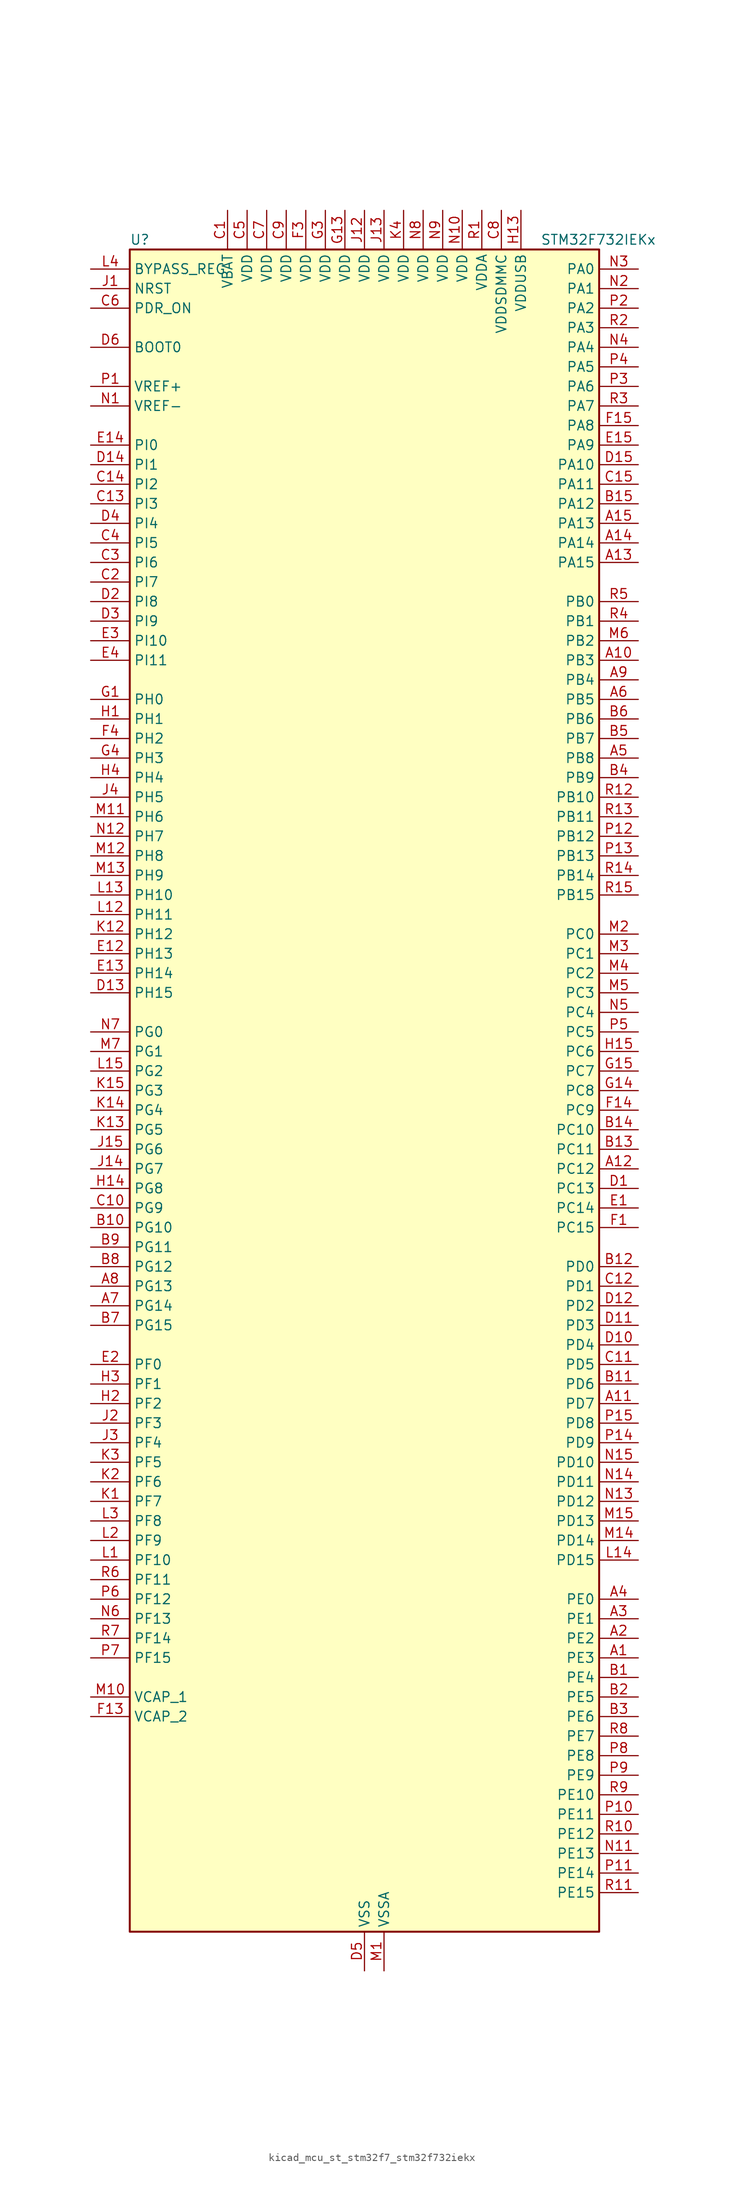
<source format=kicad_sym>
(kicad_symbol_lib
  (version 20220914)
  (generator kicad_symbol_editor)
  (symbol "kicad_mcu_st_stm32f7_stm32f732iekx"
    (property "Reference" "U"
      (at -30.48 110.49 0)
      (effects (font (size 1.27 1.27)) (justify left)))
    (property "Value" "STM32F732IEKx"
      (at 22.86 110.49 0)
      (effects (font (size 1.27 1.27)) (justify left)))
    (property "ki_locked" ""
      (at 0 0 0)
      (effects (font (size 1.27 1.27))))
    (symbol "kicad_mcu_st_stm32f7_stm32f732iekx_0_1"
      (rectangle (start -30.48 -109.22) (end 30.48 109.22) (stroke (width 0.254) (type default)) (fill (type background))))
    (symbol "kicad_mcu_st_stm32f7_stm32f732iekx_1_1"
      (pin bidirectional line (at 35.56 -73.66 180) (length 5.08) (name "PE3" (effects (font (size 1.27 1.27)))) (number "A1" (effects (font (size 1.27 1.27)))) (alternate "FMC_A19" bidirectional line) (alternate "SAI1_SD_B" bidirectional line) (alternate "SYS_TRACED0" bidirectional line))
      (pin bidirectional line (at 35.56 55.88 180) (length 5.08) (name "PB3" (effects (font (size 1.27 1.27)))) (number "A10" (effects (font (size 1.27 1.27)))) (alternate "I2S1_CK" bidirectional line) (alternate "I2S3_CK" bidirectional line) (alternate "SDMMC2_D2" bidirectional line) (alternate "SPI1_SCK" bidirectional line) (alternate "SPI3_SCK" bidirectional line) (alternate "SYS_JTDO-SWO" bidirectional line) (alternate "TIM2_CH2" bidirectional line))
      (pin bidirectional line (at 35.56 -40.64 180) (length 5.08) (name "PD7" (effects (font (size 1.27 1.27)))) (number "A11" (effects (font (size 1.27 1.27)))) (alternate "FMC_NE1" bidirectional line) (alternate "SDMMC2_CMD" bidirectional line) (alternate "USART2_CK" bidirectional line))
      (pin bidirectional line (at 35.56 -10.16 180) (length 5.08) (name "PC12" (effects (font (size 1.27 1.27)))) (number "A12" (effects (font (size 1.27 1.27)))) (alternate "I2S3_SD" bidirectional line) (alternate "SDMMC1_CK" bidirectional line) (alternate "SPI3_MOSI" bidirectional line) (alternate "SYS_TRACED3" bidirectional line) (alternate "UART5_TX" bidirectional line) (alternate "USART3_CK" bidirectional line))
      (pin bidirectional line (at 35.56 68.58 180) (length 5.08) (name "PA15" (effects (font (size 1.27 1.27)))) (number "A13" (effects (font (size 1.27 1.27)))) (alternate "I2S1_WS" bidirectional line) (alternate "I2S3_WS" bidirectional line) (alternate "SPI1_NSS" bidirectional line) (alternate "SPI3_NSS" bidirectional line) (alternate "SYS_JTDI" bidirectional line) (alternate "TIM2_CH1" bidirectional line) (alternate "TIM2_ETR" bidirectional line) (alternate "UART4_DE" bidirectional line) (alternate "UART4_RTS" bidirectional line))
      (pin bidirectional line (at 35.56 71.12 180) (length 5.08) (name "PA14" (effects (font (size 1.27 1.27)))) (number "A14" (effects (font (size 1.27 1.27)))) (alternate "SYS_JTCK-SWCLK" bidirectional line))
      (pin bidirectional line (at 35.56 73.66 180) (length 5.08) (name "PA13" (effects (font (size 1.27 1.27)))) (number "A15" (effects (font (size 1.27 1.27)))) (alternate "SYS_JTMS-SWDIO" bidirectional line))
      (pin bidirectional line (at 35.56 -71.12 180) (length 5.08) (name "PE2" (effects (font (size 1.27 1.27)))) (number "A2" (effects (font (size 1.27 1.27)))) (alternate "FMC_A23" bidirectional line) (alternate "QUADSPI_BK1_IO2" bidirectional line) (alternate "SAI1_MCLK_A" bidirectional line) (alternate "SPI4_SCK" bidirectional line) (alternate "SYS_TRACECLK" bidirectional line))
      (pin bidirectional line (at 35.56 -68.58 180) (length 5.08) (name "PE1" (effects (font (size 1.27 1.27)))) (number "A3" (effects (font (size 1.27 1.27)))) (alternate "FMC_NBL1" bidirectional line) (alternate "LPTIM1_IN2" bidirectional line) (alternate "UART8_TX" bidirectional line))
      (pin bidirectional line (at 35.56 -66.04 180) (length 5.08) (name "PE0" (effects (font (size 1.27 1.27)))) (number "A4" (effects (font (size 1.27 1.27)))) (alternate "FMC_NBL0" bidirectional line) (alternate "LPTIM1_ETR" bidirectional line) (alternate "SAI2_MCLK_A" bidirectional line) (alternate "TIM4_ETR" bidirectional line) (alternate "UART8_RX" bidirectional line))
      (pin bidirectional line (at 35.56 43.18 180) (length 5.08) (name "PB8" (effects (font (size 1.27 1.27)))) (number "A5" (effects (font (size 1.27 1.27)))) (alternate "CAN1_RX" bidirectional line) (alternate "I2C1_SCL" bidirectional line) (alternate "SDMMC1_D4" bidirectional line) (alternate "SDMMC2_D4" bidirectional line) (alternate "TIM10_CH1" bidirectional line) (alternate "TIM4_CH3" bidirectional line))
      (pin bidirectional line (at 35.56 50.8 180) (length 5.08) (name "PB5" (effects (font (size 1.27 1.27)))) (number "A6" (effects (font (size 1.27 1.27)))) (alternate "FMC_SDCKE1" bidirectional line) (alternate "I2C1_SMBA" bidirectional line) (alternate "I2S1_SD" bidirectional line) (alternate "I2S3_SD" bidirectional line) (alternate "SPI1_MOSI" bidirectional line) (alternate "SPI3_MOSI" bidirectional line) (alternate "TIM3_CH2" bidirectional line) (alternate "USB_OTG_HS_ULPI_D7" bidirectional line))
      (pin bidirectional line (at -35.56 -27.94 0) (length 5.08) (name "PG14" (effects (font (size 1.27 1.27)))) (number "A7" (effects (font (size 1.27 1.27)))) (alternate "FMC_A25" bidirectional line) (alternate "LPTIM1_ETR" bidirectional line) (alternate "QUADSPI_BK2_IO3" bidirectional line) (alternate "SYS_TRACED1" bidirectional line) (alternate "USART6_TX" bidirectional line))
      (pin bidirectional line (at -35.56 -25.4 0) (length 5.08) (name "PG13" (effects (font (size 1.27 1.27)))) (number "A8" (effects (font (size 1.27 1.27)))) (alternate "FMC_A24" bidirectional line) (alternate "LPTIM1_OUT" bidirectional line) (alternate "SYS_TRACED0" bidirectional line) (alternate "USART6_CTS" bidirectional line))
      (pin bidirectional line (at 35.56 53.34 180) (length 5.08) (name "PB4" (effects (font (size 1.27 1.27)))) (number "A9" (effects (font (size 1.27 1.27)))) (alternate "I2S2_WS" bidirectional line) (alternate "SDMMC2_D3" bidirectional line) (alternate "SPI1_MISO" bidirectional line) (alternate "SPI2_NSS" bidirectional line) (alternate "SPI3_MISO" bidirectional line) (alternate "SYS_JTRST" bidirectional line) (alternate "TIM3_CH1" bidirectional line))
      (pin bidirectional line (at 35.56 -76.2 180) (length 5.08) (name "PE4" (effects (font (size 1.27 1.27)))) (number "B1" (effects (font (size 1.27 1.27)))) (alternate "FMC_A20" bidirectional line) (alternate "SAI1_FS_A" bidirectional line) (alternate "SPI4_NSS" bidirectional line) (alternate "SYS_TRACED1" bidirectional line))
      (pin bidirectional line (at -35.56 -17.78 0) (length 5.08) (name "PG10" (effects (font (size 1.27 1.27)))) (number "B10" (effects (font (size 1.27 1.27)))) (alternate "FMC_NE3" bidirectional line) (alternate "SAI2_SD_B" bidirectional line) (alternate "SDMMC2_D1" bidirectional line))
      (pin bidirectional line (at 35.56 -38.1 180) (length 5.08) (name "PD6" (effects (font (size 1.27 1.27)))) (number "B11" (effects (font (size 1.27 1.27)))) (alternate "FMC_NWAIT" bidirectional line) (alternate "I2S3_SD" bidirectional line) (alternate "SAI1_SD_A" bidirectional line) (alternate "SDMMC2_CK" bidirectional line) (alternate "SPI3_MOSI" bidirectional line) (alternate "USART2_RX" bidirectional line))
      (pin bidirectional line (at 35.56 -22.86 180) (length 5.08) (name "PD0" (effects (font (size 1.27 1.27)))) (number "B12" (effects (font (size 1.27 1.27)))) (alternate "CAN1_RX" bidirectional line) (alternate "FMC_D2" bidirectional line) (alternate "FMC_DA2" bidirectional line))
      (pin bidirectional line (at 35.56 -7.62 180) (length 5.08) (name "PC11" (effects (font (size 1.27 1.27)))) (number "B13" (effects (font (size 1.27 1.27)))) (alternate "ADC1_EXTI11" bidirectional line) (alternate "ADC2_EXTI11" bidirectional line) (alternate "ADC3_EXTI11" bidirectional line) (alternate "QUADSPI_BK2_NCS" bidirectional line) (alternate "SDMMC1_D3" bidirectional line) (alternate "SPI3_MISO" bidirectional line) (alternate "UART4_RX" bidirectional line) (alternate "USART3_RX" bidirectional line))
      (pin bidirectional line (at 35.56 -5.08 180) (length 5.08) (name "PC10" (effects (font (size 1.27 1.27)))) (number "B14" (effects (font (size 1.27 1.27)))) (alternate "I2S3_CK" bidirectional line) (alternate "QUADSPI_BK1_IO1" bidirectional line) (alternate "SDMMC1_D2" bidirectional line) (alternate "SPI3_SCK" bidirectional line) (alternate "UART4_TX" bidirectional line) (alternate "USART3_TX" bidirectional line))
      (pin bidirectional line (at 35.56 76.2 180) (length 5.08) (name "PA12" (effects (font (size 1.27 1.27)))) (number "B15" (effects (font (size 1.27 1.27)))) (alternate "CAN1_TX" bidirectional line) (alternate "SAI2_FS_B" bidirectional line) (alternate "TIM1_ETR" bidirectional line) (alternate "USART1_DE" bidirectional line) (alternate "USART1_RTS" bidirectional line) (alternate "USB_OTG_FS_DP" bidirectional line))
      (pin bidirectional line (at 35.56 -78.74 180) (length 5.08) (name "PE5" (effects (font (size 1.27 1.27)))) (number "B2" (effects (font (size 1.27 1.27)))) (alternate "FMC_A21" bidirectional line) (alternate "SAI1_SCK_A" bidirectional line) (alternate "SPI4_MISO" bidirectional line) (alternate "SYS_TRACED2" bidirectional line) (alternate "TIM9_CH1" bidirectional line))
      (pin bidirectional line (at 35.56 -81.28 180) (length 5.08) (name "PE6" (effects (font (size 1.27 1.27)))) (number "B3" (effects (font (size 1.27 1.27)))) (alternate "FMC_A22" bidirectional line) (alternate "SAI1_SD_A" bidirectional line) (alternate "SAI2_MCLK_B" bidirectional line) (alternate "SPI4_MOSI" bidirectional line) (alternate "SYS_TRACED3" bidirectional line) (alternate "TIM1_BKIN2" bidirectional line) (alternate "TIM9_CH2" bidirectional line))
      (pin bidirectional line (at 35.56 40.64 180) (length 5.08) (name "PB9" (effects (font (size 1.27 1.27)))) (number "B4" (effects (font (size 1.27 1.27)))) (alternate "CAN1_TX" bidirectional line) (alternate "DAC_EXTI9" bidirectional line) (alternate "I2C1_SDA" bidirectional line) (alternate "I2S2_WS" bidirectional line) (alternate "SDMMC1_D5" bidirectional line) (alternate "SDMMC2_D5" bidirectional line) (alternate "SPI2_NSS" bidirectional line) (alternate "TIM11_CH1" bidirectional line) (alternate "TIM4_CH4" bidirectional line))
      (pin bidirectional line (at 35.56 45.72 180) (length 5.08) (name "PB7" (effects (font (size 1.27 1.27)))) (number "B5" (effects (font (size 1.27 1.27)))) (alternate "FMC_NL" bidirectional line) (alternate "I2C1_SDA" bidirectional line) (alternate "TIM4_CH2" bidirectional line) (alternate "USART1_RX" bidirectional line))
      (pin bidirectional line (at 35.56 48.26 180) (length 5.08) (name "PB6" (effects (font (size 1.27 1.27)))) (number "B6" (effects (font (size 1.27 1.27)))) (alternate "FMC_SDNE1" bidirectional line) (alternate "I2C1_SCL" bidirectional line) (alternate "QUADSPI_BK1_NCS" bidirectional line) (alternate "TIM4_CH1" bidirectional line) (alternate "USART1_TX" bidirectional line))
      (pin bidirectional line (at -35.56 -30.48 0) (length 5.08) (name "PG15" (effects (font (size 1.27 1.27)))) (number "B7" (effects (font (size 1.27 1.27)))) (alternate "FMC_SDNCAS" bidirectional line) (alternate "USART6_CTS" bidirectional line))
      (pin bidirectional line (at -35.56 -22.86 0) (length 5.08) (name "PG12" (effects (font (size 1.27 1.27)))) (number "B8" (effects (font (size 1.27 1.27)))) (alternate "FMC_NE4" bidirectional line) (alternate "LPTIM1_IN1" bidirectional line) (alternate "SDMMC2_D3" bidirectional line) (alternate "USART6_DE" bidirectional line) (alternate "USART6_RTS" bidirectional line))
      (pin bidirectional line (at -35.56 -20.32 0) (length 5.08) (name "PG11" (effects (font (size 1.27 1.27)))) (number "B9" (effects (font (size 1.27 1.27)))) (alternate "ADC1_EXTI11" bidirectional line) (alternate "ADC2_EXTI11" bidirectional line) (alternate "ADC3_EXTI11" bidirectional line) (alternate "FMC_INT" bidirectional line) (alternate "SDMMC2_D2" bidirectional line))
      (pin power_in line (at -17.78 114.3 270) (length 5.08) (name "VBAT" (effects (font (size 1.27 1.27)))) (number "C1" (effects (font (size 1.27 1.27)))))
      (pin bidirectional line (at -35.56 -15.24 0) (length 5.08) (name "PG9" (effects (font (size 1.27 1.27)))) (number "C10" (effects (font (size 1.27 1.27)))) (alternate "DAC_EXTI9" bidirectional line) (alternate "FMC_NCE" bidirectional line) (alternate "FMC_NE2" bidirectional line) (alternate "QUADSPI_BK2_IO2" bidirectional line) (alternate "SAI2_FS_B" bidirectional line) (alternate "SDMMC2_D0" bidirectional line) (alternate "USART6_RX" bidirectional line))
      (pin bidirectional line (at 35.56 -35.56 180) (length 5.08) (name "PD5" (effects (font (size 1.27 1.27)))) (number "C11" (effects (font (size 1.27 1.27)))) (alternate "FMC_NWE" bidirectional line) (alternate "USART2_TX" bidirectional line))
      (pin bidirectional line (at 35.56 -25.4 180) (length 5.08) (name "PD1" (effects (font (size 1.27 1.27)))) (number "C12" (effects (font (size 1.27 1.27)))) (alternate "CAN1_TX" bidirectional line) (alternate "FMC_D3" bidirectional line) (alternate "FMC_DA3" bidirectional line))
      (pin bidirectional line (at -35.56 76.2 0) (length 5.08) (name "PI3" (effects (font (size 1.27 1.27)))) (number "C13" (effects (font (size 1.27 1.27)))) (alternate "FMC_D27" bidirectional line) (alternate "I2S2_SD" bidirectional line) (alternate "SPI2_MOSI" bidirectional line) (alternate "TIM8_ETR" bidirectional line))
      (pin bidirectional line (at -35.56 78.74 0) (length 5.08) (name "PI2" (effects (font (size 1.27 1.27)))) (number "C14" (effects (font (size 1.27 1.27)))) (alternate "FMC_D26" bidirectional line) (alternate "SPI2_MISO" bidirectional line) (alternate "TIM8_CH4" bidirectional line))
      (pin bidirectional line (at 35.56 78.74 180) (length 5.08) (name "PA11" (effects (font (size 1.27 1.27)))) (number "C15" (effects (font (size 1.27 1.27)))) (alternate "ADC1_EXTI11" bidirectional line) (alternate "ADC2_EXTI11" bidirectional line) (alternate "ADC3_EXTI11" bidirectional line) (alternate "CAN1_RX" bidirectional line) (alternate "TIM1_CH4" bidirectional line) (alternate "USART1_CTS" bidirectional line) (alternate "USB_OTG_FS_DM" bidirectional line))
      (pin bidirectional line (at -35.56 66.04 0) (length 5.08) (name "PI7" (effects (font (size 1.27 1.27)))) (number "C2" (effects (font (size 1.27 1.27)))) (alternate "FMC_D29" bidirectional line) (alternate "SAI2_FS_A" bidirectional line) (alternate "TIM8_CH3" bidirectional line))
      (pin bidirectional line (at -35.56 68.58 0) (length 5.08) (name "PI6" (effects (font (size 1.27 1.27)))) (number "C3" (effects (font (size 1.27 1.27)))) (alternate "FMC_D28" bidirectional line) (alternate "SAI2_SD_A" bidirectional line) (alternate "TIM8_CH2" bidirectional line))
      (pin bidirectional line (at -35.56 71.12 0) (length 5.08) (name "PI5" (effects (font (size 1.27 1.27)))) (number "C4" (effects (font (size 1.27 1.27)))) (alternate "FMC_NBL3" bidirectional line) (alternate "SAI2_SCK_A" bidirectional line) (alternate "TIM8_CH1" bidirectional line))
      (pin power_in line (at -15.24 114.3 270) (length 5.08) (name "VDD" (effects (font (size 1.27 1.27)))) (number "C5" (effects (font (size 1.27 1.27)))))
      (pin input line (at -35.56 101.6 0) (length 5.08) (name "PDR_ON" (effects (font (size 1.27 1.27)))) (number "C6" (effects (font (size 1.27 1.27)))))
      (pin power_in line (at -12.7 114.3 270) (length 5.08) (name "VDD" (effects (font (size 1.27 1.27)))) (number "C7" (effects (font (size 1.27 1.27)))))
      (pin power_in line (at 17.78 114.3 270) (length 5.08) (name "VDDSDMMC" (effects (font (size 1.27 1.27)))) (number "C8" (effects (font (size 1.27 1.27)))))
      (pin power_in line (at -10.16 114.3 270) (length 5.08) (name "VDD" (effects (font (size 1.27 1.27)))) (number "C9" (effects (font (size 1.27 1.27)))))
      (pin bidirectional line (at 35.56 -12.7 180) (length 5.08) (name "PC13" (effects (font (size 1.27 1.27)))) (number "D1" (effects (font (size 1.27 1.27)))) (alternate "RTC_OUT" bidirectional line) (alternate "RTC_TAMP1" bidirectional line) (alternate "RTC_TS" bidirectional line) (alternate "SYS_WKUP4" bidirectional line))
      (pin bidirectional line (at 35.56 -33.02 180) (length 5.08) (name "PD4" (effects (font (size 1.27 1.27)))) (number "D10" (effects (font (size 1.27 1.27)))) (alternate "FMC_NOE" bidirectional line) (alternate "USART2_DE" bidirectional line) (alternate "USART2_RTS" bidirectional line))
      (pin bidirectional line (at 35.56 -30.48 180) (length 5.08) (name "PD3" (effects (font (size 1.27 1.27)))) (number "D11" (effects (font (size 1.27 1.27)))) (alternate "FMC_CLK" bidirectional line) (alternate "I2S2_CK" bidirectional line) (alternate "SPI2_SCK" bidirectional line) (alternate "USART2_CTS" bidirectional line))
      (pin bidirectional line (at 35.56 -27.94 180) (length 5.08) (name "PD2" (effects (font (size 1.27 1.27)))) (number "D12" (effects (font (size 1.27 1.27)))) (alternate "SDMMC1_CMD" bidirectional line) (alternate "SYS_TRACED2" bidirectional line) (alternate "TIM3_ETR" bidirectional line) (alternate "UART5_RX" bidirectional line))
      (pin bidirectional line (at -35.56 12.7 0) (length 5.08) (name "PH15" (effects (font (size 1.27 1.27)))) (number "D13" (effects (font (size 1.27 1.27)))) (alternate "FMC_D23" bidirectional line) (alternate "TIM8_CH3N" bidirectional line))
      (pin bidirectional line (at -35.56 81.28 0) (length 5.08) (name "PI1" (effects (font (size 1.27 1.27)))) (number "D14" (effects (font (size 1.27 1.27)))) (alternate "FMC_D25" bidirectional line) (alternate "I2S2_CK" bidirectional line) (alternate "SPI2_SCK" bidirectional line) (alternate "TIM8_BKIN2" bidirectional line))
      (pin bidirectional line (at 35.56 81.28 180) (length 5.08) (name "PA10" (effects (font (size 1.27 1.27)))) (number "D15" (effects (font (size 1.27 1.27)))) (alternate "TIM1_CH3" bidirectional line) (alternate "USART1_RX" bidirectional line) (alternate "USB_OTG_FS_ID" bidirectional line))
      (pin bidirectional line (at -35.56 63.5 0) (length 5.08) (name "PI8" (effects (font (size 1.27 1.27)))) (number "D2" (effects (font (size 1.27 1.27)))) (alternate "RTC_TAMP2" bidirectional line) (alternate "RTC_TS" bidirectional line) (alternate "SYS_WKUP5" bidirectional line))
      (pin bidirectional line (at -35.56 60.96 0) (length 5.08) (name "PI9" (effects (font (size 1.27 1.27)))) (number "D3" (effects (font (size 1.27 1.27)))) (alternate "CAN1_RX" bidirectional line) (alternate "DAC_EXTI9" bidirectional line) (alternate "FMC_D30" bidirectional line) (alternate "UART4_RX" bidirectional line))
      (pin bidirectional line (at -35.56 73.66 0) (length 5.08) (name "PI4" (effects (font (size 1.27 1.27)))) (number "D4" (effects (font (size 1.27 1.27)))) (alternate "FMC_NBL2" bidirectional line) (alternate "SAI2_MCLK_A" bidirectional line) (alternate "TIM8_BKIN" bidirectional line))
      (pin power_in line (at 0 -114.3 90) (length 5.08) (name "VSS" (effects (font (size 1.27 1.27)))) (number "D5" (effects (font (size 1.27 1.27)))))
      (pin input line (at -35.56 96.52 0) (length 5.08) (name "BOOT0" (effects (font (size 1.27 1.27)))) (number "D6" (effects (font (size 1.27 1.27)))))
      (pin passive line (at 0 -114.3 90) (length 5.08) hide (name "VSS" (effects (font (size 1.27 1.27)))) (number "D7" (effects (font (size 1.27 1.27)))))
      (pin passive line (at 0 -114.3 90) (length 5.08) hide (name "VSS" (effects (font (size 1.27 1.27)))) (number "D8" (effects (font (size 1.27 1.27)))))
      (pin passive line (at 0 -114.3 90) (length 5.08) hide (name "VSS" (effects (font (size 1.27 1.27)))) (number "D9" (effects (font (size 1.27 1.27)))))
      (pin bidirectional line (at 35.56 -15.24 180) (length 5.08) (name "PC14" (effects (font (size 1.27 1.27)))) (number "E1" (effects (font (size 1.27 1.27)))) (alternate "RCC_OSC32_IN" bidirectional line))
      (pin bidirectional line (at -35.56 17.78 0) (length 5.08) (name "PH13" (effects (font (size 1.27 1.27)))) (number "E12" (effects (font (size 1.27 1.27)))) (alternate "CAN1_TX" bidirectional line) (alternate "FMC_D21" bidirectional line) (alternate "TIM8_CH1N" bidirectional line) (alternate "UART4_TX" bidirectional line))
      (pin bidirectional line (at -35.56 15.24 0) (length 5.08) (name "PH14" (effects (font (size 1.27 1.27)))) (number "E13" (effects (font (size 1.27 1.27)))) (alternate "CAN1_RX" bidirectional line) (alternate "FMC_D22" bidirectional line) (alternate "TIM8_CH2N" bidirectional line) (alternate "UART4_RX" bidirectional line))
      (pin bidirectional line (at -35.56 83.82 0) (length 5.08) (name "PI0" (effects (font (size 1.27 1.27)))) (number "E14" (effects (font (size 1.27 1.27)))) (alternate "FMC_D24" bidirectional line) (alternate "I2S2_WS" bidirectional line) (alternate "SPI2_NSS" bidirectional line) (alternate "TIM5_CH4" bidirectional line))
      (pin bidirectional line (at 35.56 83.82 180) (length 5.08) (name "PA9" (effects (font (size 1.27 1.27)))) (number "E15" (effects (font (size 1.27 1.27)))) (alternate "DAC_EXTI9" bidirectional line) (alternate "I2C3_SMBA" bidirectional line) (alternate "I2S2_CK" bidirectional line) (alternate "SPI2_SCK" bidirectional line) (alternate "TIM1_CH2" bidirectional line) (alternate "USART1_TX" bidirectional line) (alternate "USB_OTG_FS_VBUS" bidirectional line))
      (pin bidirectional line (at -35.56 -35.56 0) (length 5.08) (name "PF0" (effects (font (size 1.27 1.27)))) (number "E2" (effects (font (size 1.27 1.27)))) (alternate "FMC_A0" bidirectional line) (alternate "I2C2_SDA" bidirectional line))
      (pin bidirectional line (at -35.56 58.42 0) (length 5.08) (name "PI10" (effects (font (size 1.27 1.27)))) (number "E3" (effects (font (size 1.27 1.27)))) (alternate "FMC_D31" bidirectional line))
      (pin bidirectional line (at -35.56 55.88 0) (length 5.08) (name "PI11" (effects (font (size 1.27 1.27)))) (number "E4" (effects (font (size 1.27 1.27)))) (alternate "ADC1_EXTI11" bidirectional line) (alternate "ADC2_EXTI11" bidirectional line) (alternate "ADC3_EXTI11" bidirectional line) (alternate "SYS_WKUP6" bidirectional line) (alternate "USB_OTG_HS_ULPI_DIR" bidirectional line))
      (pin bidirectional line (at 35.56 -17.78 180) (length 5.08) (name "PC15" (effects (font (size 1.27 1.27)))) (number "F1" (effects (font (size 1.27 1.27)))) (alternate "RCC_OSC32_OUT" bidirectional line))
      (pin passive line (at 0 -114.3 90) (length 5.08) hide (name "VSS" (effects (font (size 1.27 1.27)))) (number "F10" (effects (font (size 1.27 1.27)))))
      (pin passive line (at 0 -114.3 90) (length 5.08) hide (name "VSS" (effects (font (size 1.27 1.27)))) (number "F12" (effects (font (size 1.27 1.27)))))
      (pin power_out line (at -35.56 -81.28 0) (length 5.08) (name "VCAP_2" (effects (font (size 1.27 1.27)))) (number "F13" (effects (font (size 1.27 1.27)))))
      (pin bidirectional line (at 35.56 -2.54 180) (length 5.08) (name "PC9" (effects (font (size 1.27 1.27)))) (number "F14" (effects (font (size 1.27 1.27)))) (alternate "DAC_EXTI9" bidirectional line) (alternate "I2C3_SDA" bidirectional line) (alternate "I2S_CKIN" bidirectional line) (alternate "QUADSPI_BK1_IO0" bidirectional line) (alternate "RCC_MCO_2" bidirectional line) (alternate "SDMMC1_D1" bidirectional line) (alternate "TIM3_CH4" bidirectional line) (alternate "TIM8_CH4" bidirectional line) (alternate "UART5_CTS" bidirectional line))
      (pin bidirectional line (at 35.56 86.36 180) (length 5.08) (name "PA8" (effects (font (size 1.27 1.27)))) (number "F15" (effects (font (size 1.27 1.27)))) (alternate "I2C3_SCL" bidirectional line) (alternate "RCC_MCO_1" bidirectional line) (alternate "TIM1_CH1" bidirectional line) (alternate "TIM8_BKIN2" bidirectional line) (alternate "USART1_CK" bidirectional line) (alternate "USB_OTG_FS_SOF" bidirectional line))
      (pin passive line (at 0 -114.3 90) (length 5.08) hide (name "VSS" (effects (font (size 1.27 1.27)))) (number "F2" (effects (font (size 1.27 1.27)))))
      (pin power_in line (at -7.62 114.3 270) (length 5.08) (name "VDD" (effects (font (size 1.27 1.27)))) (number "F3" (effects (font (size 1.27 1.27)))))
      (pin bidirectional line (at -35.56 45.72 0) (length 5.08) (name "PH2" (effects (font (size 1.27 1.27)))) (number "F4" (effects (font (size 1.27 1.27)))) (alternate "FMC_SDCKE0" bidirectional line) (alternate "LPTIM1_IN2" bidirectional line) (alternate "QUADSPI_BK2_IO0" bidirectional line) (alternate "SAI2_SCK_B" bidirectional line))
      (pin passive line (at 0 -114.3 90) (length 5.08) hide (name "VSS" (effects (font (size 1.27 1.27)))) (number "F6" (effects (font (size 1.27 1.27)))))
      (pin passive line (at 0 -114.3 90) (length 5.08) hide (name "VSS" (effects (font (size 1.27 1.27)))) (number "F7" (effects (font (size 1.27 1.27)))))
      (pin passive line (at 0 -114.3 90) (length 5.08) hide (name "VSS" (effects (font (size 1.27 1.27)))) (number "F8" (effects (font (size 1.27 1.27)))))
      (pin passive line (at 0 -114.3 90) (length 5.08) hide (name "VSS" (effects (font (size 1.27 1.27)))) (number "F9" (effects (font (size 1.27 1.27)))))
      (pin bidirectional line (at -35.56 50.8 0) (length 5.08) (name "PH0" (effects (font (size 1.27 1.27)))) (number "G1" (effects (font (size 1.27 1.27)))) (alternate "RCC_OSC_IN" bidirectional line))
      (pin passive line (at 0 -114.3 90) (length 5.08) hide (name "VSS" (effects (font (size 1.27 1.27)))) (number "G10" (effects (font (size 1.27 1.27)))))
      (pin passive line (at 0 -114.3 90) (length 5.08) hide (name "VSS" (effects (font (size 1.27 1.27)))) (number "G12" (effects (font (size 1.27 1.27)))))
      (pin power_in line (at -2.54 114.3 270) (length 5.08) (name "VDD" (effects (font (size 1.27 1.27)))) (number "G13" (effects (font (size 1.27 1.27)))))
      (pin bidirectional line (at 35.56 0 180) (length 5.08) (name "PC8" (effects (font (size 1.27 1.27)))) (number "G14" (effects (font (size 1.27 1.27)))) (alternate "SDMMC1_D0" bidirectional line) (alternate "SYS_TRACED1" bidirectional line) (alternate "TIM3_CH3" bidirectional line) (alternate "TIM8_CH3" bidirectional line) (alternate "UART5_DE" bidirectional line) (alternate "UART5_RTS" bidirectional line) (alternate "USART6_CK" bidirectional line))
      (pin bidirectional line (at 35.56 2.54 180) (length 5.08) (name "PC7" (effects (font (size 1.27 1.27)))) (number "G15" (effects (font (size 1.27 1.27)))) (alternate "I2S3_MCK" bidirectional line) (alternate "SDMMC1_D7" bidirectional line) (alternate "SDMMC2_D7" bidirectional line) (alternate "TIM3_CH2" bidirectional line) (alternate "TIM8_CH2" bidirectional line) (alternate "USART6_RX" bidirectional line))
      (pin passive line (at 0 -114.3 90) (length 5.08) hide (name "VSS" (effects (font (size 1.27 1.27)))) (number "G2" (effects (font (size 1.27 1.27)))))
      (pin power_in line (at -5.08 114.3 270) (length 5.08) (name "VDD" (effects (font (size 1.27 1.27)))) (number "G3" (effects (font (size 1.27 1.27)))))
      (pin bidirectional line (at -35.56 43.18 0) (length 5.08) (name "PH3" (effects (font (size 1.27 1.27)))) (number "G4" (effects (font (size 1.27 1.27)))) (alternate "FMC_SDNE0" bidirectional line) (alternate "QUADSPI_BK2_IO1" bidirectional line) (alternate "SAI2_MCLK_B" bidirectional line))
      (pin passive line (at 0 -114.3 90) (length 5.08) hide (name "VSS" (effects (font (size 1.27 1.27)))) (number "G6" (effects (font (size 1.27 1.27)))))
      (pin passive line (at 0 -114.3 90) (length 5.08) hide (name "VSS" (effects (font (size 1.27 1.27)))) (number "G7" (effects (font (size 1.27 1.27)))))
      (pin passive line (at 0 -114.3 90) (length 5.08) hide (name "VSS" (effects (font (size 1.27 1.27)))) (number "G8" (effects (font (size 1.27 1.27)))))
      (pin passive line (at 0 -114.3 90) (length 5.08) hide (name "VSS" (effects (font (size 1.27 1.27)))) (number "G9" (effects (font (size 1.27 1.27)))))
      (pin bidirectional line (at -35.56 48.26 0) (length 5.08) (name "PH1" (effects (font (size 1.27 1.27)))) (number "H1" (effects (font (size 1.27 1.27)))) (alternate "RCC_OSC_OUT" bidirectional line))
      (pin passive line (at 0 -114.3 90) (length 5.08) hide (name "VSS" (effects (font (size 1.27 1.27)))) (number "H10" (effects (font (size 1.27 1.27)))))
      (pin passive line (at 0 -114.3 90) (length 5.08) hide (name "VSS" (effects (font (size 1.27 1.27)))) (number "H12" (effects (font (size 1.27 1.27)))))
      (pin power_in line (at 20.32 114.3 270) (length 5.08) (name "VDDUSB" (effects (font (size 1.27 1.27)))) (number "H13" (effects (font (size 1.27 1.27)))))
      (pin bidirectional line (at -35.56 -12.7 0) (length 5.08) (name "PG8" (effects (font (size 1.27 1.27)))) (number "H14" (effects (font (size 1.27 1.27)))) (alternate "FMC_SDCLK" bidirectional line) (alternate "USART6_DE" bidirectional line) (alternate "USART6_RTS" bidirectional line))
      (pin bidirectional line (at 35.56 5.08 180) (length 5.08) (name "PC6" (effects (font (size 1.27 1.27)))) (number "H15" (effects (font (size 1.27 1.27)))) (alternate "I2S2_MCK" bidirectional line) (alternate "SDMMC1_D6" bidirectional line) (alternate "SDMMC2_D6" bidirectional line) (alternate "TIM3_CH1" bidirectional line) (alternate "TIM8_CH1" bidirectional line) (alternate "USART6_TX" bidirectional line))
      (pin bidirectional line (at -35.56 -40.64 0) (length 5.08) (name "PF2" (effects (font (size 1.27 1.27)))) (number "H2" (effects (font (size 1.27 1.27)))) (alternate "FMC_A2" bidirectional line) (alternate "I2C2_SMBA" bidirectional line))
      (pin bidirectional line (at -35.56 -38.1 0) (length 5.08) (name "PF1" (effects (font (size 1.27 1.27)))) (number "H3" (effects (font (size 1.27 1.27)))) (alternate "FMC_A1" bidirectional line) (alternate "I2C2_SCL" bidirectional line))
      (pin bidirectional line (at -35.56 40.64 0) (length 5.08) (name "PH4" (effects (font (size 1.27 1.27)))) (number "H4" (effects (font (size 1.27 1.27)))) (alternate "I2C2_SCL" bidirectional line) (alternate "USB_OTG_HS_ULPI_NXT" bidirectional line))
      (pin passive line (at 0 -114.3 90) (length 5.08) hide (name "VSS" (effects (font (size 1.27 1.27)))) (number "H6" (effects (font (size 1.27 1.27)))))
      (pin passive line (at 0 -114.3 90) (length 5.08) hide (name "VSS" (effects (font (size 1.27 1.27)))) (number "H7" (effects (font (size 1.27 1.27)))))
      (pin passive line (at 0 -114.3 90) (length 5.08) hide (name "VSS" (effects (font (size 1.27 1.27)))) (number "H8" (effects (font (size 1.27 1.27)))))
      (pin passive line (at 0 -114.3 90) (length 5.08) hide (name "VSS" (effects (font (size 1.27 1.27)))) (number "H9" (effects (font (size 1.27 1.27)))))
      (pin input line (at -35.56 104.14 0) (length 5.08) (name "NRST" (effects (font (size 1.27 1.27)))) (number "J1" (effects (font (size 1.27 1.27)))))
      (pin passive line (at 0 -114.3 90) (length 5.08) hide (name "VSS" (effects (font (size 1.27 1.27)))) (number "J10" (effects (font (size 1.27 1.27)))))
      (pin power_in line (at 0 114.3 270) (length 5.08) (name "VDD" (effects (font (size 1.27 1.27)))) (number "J12" (effects (font (size 1.27 1.27)))))
      (pin power_in line (at 2.54 114.3 270) (length 5.08) (name "VDD" (effects (font (size 1.27 1.27)))) (number "J13" (effects (font (size 1.27 1.27)))))
      (pin bidirectional line (at -35.56 -10.16 0) (length 5.08) (name "PG7" (effects (font (size 1.27 1.27)))) (number "J14" (effects (font (size 1.27 1.27)))) (alternate "FMC_INT" bidirectional line) (alternate "USART6_CK" bidirectional line))
      (pin bidirectional line (at -35.56 -7.62 0) (length 5.08) (name "PG6" (effects (font (size 1.27 1.27)))) (number "J15" (effects (font (size 1.27 1.27)))))
      (pin bidirectional line (at -35.56 -43.18 0) (length 5.08) (name "PF3" (effects (font (size 1.27 1.27)))) (number "J2" (effects (font (size 1.27 1.27)))) (alternate "ADC3_IN9" bidirectional line) (alternate "FMC_A3" bidirectional line))
      (pin bidirectional line (at -35.56 -45.72 0) (length 5.08) (name "PF4" (effects (font (size 1.27 1.27)))) (number "J3" (effects (font (size 1.27 1.27)))) (alternate "ADC3_IN14" bidirectional line) (alternate "FMC_A4" bidirectional line))
      (pin bidirectional line (at -35.56 38.1 0) (length 5.08) (name "PH5" (effects (font (size 1.27 1.27)))) (number "J4" (effects (font (size 1.27 1.27)))) (alternate "FMC_SDNWE" bidirectional line) (alternate "I2C2_SDA" bidirectional line) (alternate "SPI5_NSS" bidirectional line))
      (pin passive line (at 0 -114.3 90) (length 5.08) hide (name "VSS" (effects (font (size 1.27 1.27)))) (number "J6" (effects (font (size 1.27 1.27)))))
      (pin passive line (at 0 -114.3 90) (length 5.08) hide (name "VSS" (effects (font (size 1.27 1.27)))) (number "J7" (effects (font (size 1.27 1.27)))))
      (pin passive line (at 0 -114.3 90) (length 5.08) hide (name "VSS" (effects (font (size 1.27 1.27)))) (number "J8" (effects (font (size 1.27 1.27)))))
      (pin passive line (at 0 -114.3 90) (length 5.08) hide (name "VSS" (effects (font (size 1.27 1.27)))) (number "J9" (effects (font (size 1.27 1.27)))))
      (pin bidirectional line (at -35.56 -53.34 0) (length 5.08) (name "PF7" (effects (font (size 1.27 1.27)))) (number "K1" (effects (font (size 1.27 1.27)))) (alternate "ADC3_IN5" bidirectional line) (alternate "QUADSPI_BK1_IO2" bidirectional line) (alternate "SAI1_MCLK_B" bidirectional line) (alternate "SPI5_SCK" bidirectional line) (alternate "TIM11_CH1" bidirectional line) (alternate "UART7_TX" bidirectional line))
      (pin passive line (at 0 -114.3 90) (length 5.08) hide (name "VSS" (effects (font (size 1.27 1.27)))) (number "K10" (effects (font (size 1.27 1.27)))))
      (pin bidirectional line (at -35.56 20.32 0) (length 5.08) (name "PH12" (effects (font (size 1.27 1.27)))) (number "K12" (effects (font (size 1.27 1.27)))) (alternate "FMC_D20" bidirectional line) (alternate "TIM5_CH3" bidirectional line))
      (pin bidirectional line (at -35.56 -5.08 0) (length 5.08) (name "PG5" (effects (font (size 1.27 1.27)))) (number "K13" (effects (font (size 1.27 1.27)))) (alternate "FMC_A15" bidirectional line) (alternate "FMC_BA1" bidirectional line))
      (pin bidirectional line (at -35.56 -2.54 0) (length 5.08) (name "PG4" (effects (font (size 1.27 1.27)))) (number "K14" (effects (font (size 1.27 1.27)))) (alternate "FMC_A14" bidirectional line) (alternate "FMC_BA0" bidirectional line))
      (pin bidirectional line (at -35.56 0 0) (length 5.08) (name "PG3" (effects (font (size 1.27 1.27)))) (number "K15" (effects (font (size 1.27 1.27)))) (alternate "FMC_A13" bidirectional line))
      (pin bidirectional line (at -35.56 -50.8 0) (length 5.08) (name "PF6" (effects (font (size 1.27 1.27)))) (number "K2" (effects (font (size 1.27 1.27)))) (alternate "ADC3_IN4" bidirectional line) (alternate "QUADSPI_BK1_IO3" bidirectional line) (alternate "SAI1_SD_B" bidirectional line) (alternate "SPI5_NSS" bidirectional line) (alternate "TIM10_CH1" bidirectional line) (alternate "UART7_RX" bidirectional line))
      (pin bidirectional line (at -35.56 -48.26 0) (length 5.08) (name "PF5" (effects (font (size 1.27 1.27)))) (number "K3" (effects (font (size 1.27 1.27)))) (alternate "ADC3_IN15" bidirectional line) (alternate "FMC_A5" bidirectional line))
      (pin power_in line (at 5.08 114.3 270) (length 5.08) (name "VDD" (effects (font (size 1.27 1.27)))) (number "K4" (effects (font (size 1.27 1.27)))))
      (pin passive line (at 0 -114.3 90) (length 5.08) hide (name "VSS" (effects (font (size 1.27 1.27)))) (number "K6" (effects (font (size 1.27 1.27)))))
      (pin passive line (at 0 -114.3 90) (length 5.08) hide (name "VSS" (effects (font (size 1.27 1.27)))) (number "K7" (effects (font (size 1.27 1.27)))))
      (pin passive line (at 0 -114.3 90) (length 5.08) hide (name "VSS" (effects (font (size 1.27 1.27)))) (number "K8" (effects (font (size 1.27 1.27)))))
      (pin passive line (at 0 -114.3 90) (length 5.08) hide (name "VSS" (effects (font (size 1.27 1.27)))) (number "K9" (effects (font (size 1.27 1.27)))))
      (pin bidirectional line (at -35.56 -60.96 0) (length 5.08) (name "PF10" (effects (font (size 1.27 1.27)))) (number "L1" (effects (font (size 1.27 1.27)))) (alternate "ADC3_IN8" bidirectional line))
      (pin bidirectional line (at -35.56 22.86 0) (length 5.08) (name "PH11" (effects (font (size 1.27 1.27)))) (number "L12" (effects (font (size 1.27 1.27)))) (alternate "ADC1_EXTI11" bidirectional line) (alternate "ADC2_EXTI11" bidirectional line) (alternate "ADC3_EXTI11" bidirectional line) (alternate "FMC_D19" bidirectional line) (alternate "TIM5_CH2" bidirectional line))
      (pin bidirectional line (at -35.56 25.4 0) (length 5.08) (name "PH10" (effects (font (size 1.27 1.27)))) (number "L13" (effects (font (size 1.27 1.27)))) (alternate "FMC_D18" bidirectional line) (alternate "TIM5_CH1" bidirectional line))
      (pin bidirectional line (at 35.56 -60.96 180) (length 5.08) (name "PD15" (effects (font (size 1.27 1.27)))) (number "L14" (effects (font (size 1.27 1.27)))) (alternate "FMC_D1" bidirectional line) (alternate "FMC_DA1" bidirectional line) (alternate "TIM4_CH4" bidirectional line) (alternate "UART8_DE" bidirectional line) (alternate "UART8_RTS" bidirectional line))
      (pin bidirectional line (at -35.56 2.54 0) (length 5.08) (name "PG2" (effects (font (size 1.27 1.27)))) (number "L15" (effects (font (size 1.27 1.27)))) (alternate "FMC_A12" bidirectional line))
      (pin bidirectional line (at -35.56 -58.42 0) (length 5.08) (name "PF9" (effects (font (size 1.27 1.27)))) (number "L2" (effects (font (size 1.27 1.27)))) (alternate "ADC3_IN7" bidirectional line) (alternate "DAC_EXTI9" bidirectional line) (alternate "QUADSPI_BK1_IO1" bidirectional line) (alternate "SAI1_FS_B" bidirectional line) (alternate "SPI5_MOSI" bidirectional line) (alternate "TIM14_CH1" bidirectional line) (alternate "UART7_CTS" bidirectional line))
      (pin bidirectional line (at -35.56 -55.88 0) (length 5.08) (name "PF8" (effects (font (size 1.27 1.27)))) (number "L3" (effects (font (size 1.27 1.27)))) (alternate "ADC3_IN6" bidirectional line) (alternate "QUADSPI_BK1_IO0" bidirectional line) (alternate "SAI1_SCK_B" bidirectional line) (alternate "SPI5_MISO" bidirectional line) (alternate "TIM13_CH1" bidirectional line) (alternate "UART7_DE" bidirectional line) (alternate "UART7_RTS" bidirectional line))
      (pin input line (at -35.56 106.68 0) (length 5.08) (name "BYPASS_REG" (effects (font (size 1.27 1.27)))) (number "L4" (effects (font (size 1.27 1.27)))))
      (pin power_in line (at 2.54 -114.3 90) (length 5.08) (name "VSSA" (effects (font (size 1.27 1.27)))) (number "M1" (effects (font (size 1.27 1.27)))))
      (pin power_out line (at -35.56 -78.74 0) (length 5.08) (name "VCAP_1" (effects (font (size 1.27 1.27)))) (number "M10" (effects (font (size 1.27 1.27)))))
      (pin bidirectional line (at -35.56 35.56 0) (length 5.08) (name "PH6" (effects (font (size 1.27 1.27)))) (number "M11" (effects (font (size 1.27 1.27)))) (alternate "FMC_SDNE1" bidirectional line) (alternate "I2C2_SMBA" bidirectional line) (alternate "SPI5_SCK" bidirectional line) (alternate "TIM12_CH1" bidirectional line))
      (pin bidirectional line (at -35.56 30.48 0) (length 5.08) (name "PH8" (effects (font (size 1.27 1.27)))) (number "M12" (effects (font (size 1.27 1.27)))) (alternate "FMC_D16" bidirectional line) (alternate "I2C3_SDA" bidirectional line))
      (pin bidirectional line (at -35.56 27.94 0) (length 5.08) (name "PH9" (effects (font (size 1.27 1.27)))) (number "M13" (effects (font (size 1.27 1.27)))) (alternate "DAC_EXTI9" bidirectional line) (alternate "FMC_D17" bidirectional line) (alternate "I2C3_SMBA" bidirectional line) (alternate "TIM12_CH2" bidirectional line))
      (pin bidirectional line (at 35.56 -58.42 180) (length 5.08) (name "PD14" (effects (font (size 1.27 1.27)))) (number "M14" (effects (font (size 1.27 1.27)))) (alternate "FMC_D0" bidirectional line) (alternate "FMC_DA0" bidirectional line) (alternate "TIM4_CH3" bidirectional line) (alternate "UART8_CTS" bidirectional line))
      (pin bidirectional line (at 35.56 -55.88 180) (length 5.08) (name "PD13" (effects (font (size 1.27 1.27)))) (number "M15" (effects (font (size 1.27 1.27)))) (alternate "FMC_A18" bidirectional line) (alternate "LPTIM1_OUT" bidirectional line) (alternate "QUADSPI_BK1_IO3" bidirectional line) (alternate "SAI2_SCK_A" bidirectional line) (alternate "TIM4_CH2" bidirectional line))
      (pin bidirectional line (at 35.56 20.32 180) (length 5.08) (name "PC0" (effects (font (size 1.27 1.27)))) (number "M2" (effects (font (size 1.27 1.27)))) (alternate "ADC1_IN10" bidirectional line) (alternate "ADC2_IN10" bidirectional line) (alternate "ADC3_IN10" bidirectional line) (alternate "FMC_SDNWE" bidirectional line) (alternate "SAI2_FS_B" bidirectional line) (alternate "USB_OTG_HS_ULPI_STP" bidirectional line))
      (pin bidirectional line (at 35.56 17.78 180) (length 5.08) (name "PC1" (effects (font (size 1.27 1.27)))) (number "M3" (effects (font (size 1.27 1.27)))) (alternate "ADC1_IN11" bidirectional line) (alternate "ADC2_IN11" bidirectional line) (alternate "ADC3_IN11" bidirectional line) (alternate "I2S2_SD" bidirectional line) (alternate "RTC_TAMP3" bidirectional line) (alternate "RTC_TS" bidirectional line) (alternate "SAI1_SD_A" bidirectional line) (alternate "SPI2_MOSI" bidirectional line) (alternate "SYS_TRACED0" bidirectional line) (alternate "SYS_WKUP3" bidirectional line))
      (pin bidirectional line (at 35.56 15.24 180) (length 5.08) (name "PC2" (effects (font (size 1.27 1.27)))) (number "M4" (effects (font (size 1.27 1.27)))) (alternate "ADC1_IN12" bidirectional line) (alternate "ADC2_IN12" bidirectional line) (alternate "ADC3_IN12" bidirectional line) (alternate "FMC_SDNE0" bidirectional line) (alternate "SPI2_MISO" bidirectional line) (alternate "USB_OTG_HS_ULPI_DIR" bidirectional line))
      (pin bidirectional line (at 35.56 12.7 180) (length 5.08) (name "PC3" (effects (font (size 1.27 1.27)))) (number "M5" (effects (font (size 1.27 1.27)))) (alternate "ADC1_IN13" bidirectional line) (alternate "ADC2_IN13" bidirectional line) (alternate "ADC3_IN13" bidirectional line) (alternate "FMC_SDCKE0" bidirectional line) (alternate "I2S2_SD" bidirectional line) (alternate "SPI2_MOSI" bidirectional line) (alternate "USB_OTG_HS_ULPI_NXT" bidirectional line))
      (pin bidirectional line (at 35.56 58.42 180) (length 5.08) (name "PB2" (effects (font (size 1.27 1.27)))) (number "M6" (effects (font (size 1.27 1.27)))) (alternate "I2S3_SD" bidirectional line) (alternate "QUADSPI_CLK" bidirectional line) (alternate "SAI1_SD_A" bidirectional line) (alternate "SPI3_MOSI" bidirectional line))
      (pin bidirectional line (at -35.56 5.08 0) (length 5.08) (name "PG1" (effects (font (size 1.27 1.27)))) (number "M7" (effects (font (size 1.27 1.27)))) (alternate "FMC_A11" bidirectional line))
      (pin passive line (at 0 -114.3 90) (length 5.08) hide (name "VSS" (effects (font (size 1.27 1.27)))) (number "M8" (effects (font (size 1.27 1.27)))))
      (pin passive line (at 0 -114.3 90) (length 5.08) hide (name "VSS" (effects (font (size 1.27 1.27)))) (number "M9" (effects (font (size 1.27 1.27)))))
      (pin input line (at -35.56 88.9 0) (length 5.08) (name "VREF-" (effects (font (size 1.27 1.27)))) (number "N1" (effects (font (size 1.27 1.27)))))
      (pin power_in line (at 12.7 114.3 270) (length 5.08) (name "VDD" (effects (font (size 1.27 1.27)))) (number "N10" (effects (font (size 1.27 1.27)))))
      (pin bidirectional line (at 35.56 -99.06 180) (length 5.08) (name "PE13" (effects (font (size 1.27 1.27)))) (number "N11" (effects (font (size 1.27 1.27)))) (alternate "FMC_D10" bidirectional line) (alternate "FMC_DA10" bidirectional line) (alternate "SAI2_FS_B" bidirectional line) (alternate "SPI4_MISO" bidirectional line) (alternate "TIM1_CH3" bidirectional line))
      (pin bidirectional line (at -35.56 33.02 0) (length 5.08) (name "PH7" (effects (font (size 1.27 1.27)))) (number "N12" (effects (font (size 1.27 1.27)))) (alternate "FMC_SDCKE1" bidirectional line) (alternate "I2C3_SCL" bidirectional line) (alternate "SPI5_MISO" bidirectional line))
      (pin bidirectional line (at 35.56 -53.34 180) (length 5.08) (name "PD12" (effects (font (size 1.27 1.27)))) (number "N13" (effects (font (size 1.27 1.27)))) (alternate "FMC_A17" bidirectional line) (alternate "FMC_ALE" bidirectional line) (alternate "LPTIM1_IN1" bidirectional line) (alternate "QUADSPI_BK1_IO1" bidirectional line) (alternate "SAI2_FS_A" bidirectional line) (alternate "TIM4_CH1" bidirectional line) (alternate "USART3_DE" bidirectional line) (alternate "USART3_RTS" bidirectional line))
      (pin bidirectional line (at 35.56 -50.8 180) (length 5.08) (name "PD11" (effects (font (size 1.27 1.27)))) (number "N14" (effects (font (size 1.27 1.27)))) (alternate "ADC1_EXTI11" bidirectional line) (alternate "ADC2_EXTI11" bidirectional line) (alternate "ADC3_EXTI11" bidirectional line) (alternate "FMC_A16" bidirectional line) (alternate "FMC_CLE" bidirectional line) (alternate "QUADSPI_BK1_IO0" bidirectional line) (alternate "SAI2_SD_A" bidirectional line) (alternate "USART3_CTS" bidirectional line))
      (pin bidirectional line (at 35.56 -48.26 180) (length 5.08) (name "PD10" (effects (font (size 1.27 1.27)))) (number "N15" (effects (font (size 1.27 1.27)))) (alternate "FMC_D15" bidirectional line) (alternate "FMC_DA15" bidirectional line) (alternate "USART3_CK" bidirectional line))
      (pin bidirectional line (at 35.56 104.14 180) (length 5.08) (name "PA1" (effects (font (size 1.27 1.27)))) (number "N2" (effects (font (size 1.27 1.27)))) (alternate "ADC1_IN1" bidirectional line) (alternate "ADC2_IN1" bidirectional line) (alternate "ADC3_IN1" bidirectional line) (alternate "QUADSPI_BK1_IO3" bidirectional line) (alternate "SAI2_MCLK_B" bidirectional line) (alternate "TIM2_CH2" bidirectional line) (alternate "TIM5_CH2" bidirectional line) (alternate "UART4_RX" bidirectional line) (alternate "USART2_DE" bidirectional line) (alternate "USART2_RTS" bidirectional line))
      (pin bidirectional line (at 35.56 106.68 180) (length 5.08) (name "PA0" (effects (font (size 1.27 1.27)))) (number "N3" (effects (font (size 1.27 1.27)))) (alternate "ADC1_IN0" bidirectional line) (alternate "ADC2_IN0" bidirectional line) (alternate "ADC3_IN0" bidirectional line) (alternate "SAI2_SD_B" bidirectional line) (alternate "SYS_WKUP1" bidirectional line) (alternate "TIM2_CH1" bidirectional line) (alternate "TIM2_ETR" bidirectional line) (alternate "TIM5_CH1" bidirectional line) (alternate "TIM8_ETR" bidirectional line) (alternate "UART4_TX" bidirectional line) (alternate "USART2_CTS" bidirectional line))
      (pin bidirectional line (at 35.56 96.52 180) (length 5.08) (name "PA4" (effects (font (size 1.27 1.27)))) (number "N4" (effects (font (size 1.27 1.27)))) (alternate "ADC1_IN4" bidirectional line) (alternate "ADC2_IN4" bidirectional line) (alternate "DAC_OUT1" bidirectional line) (alternate "I2S1_WS" bidirectional line) (alternate "I2S3_WS" bidirectional line) (alternate "SPI1_NSS" bidirectional line) (alternate "SPI3_NSS" bidirectional line) (alternate "USART2_CK" bidirectional line) (alternate "USB_OTG_HS_SOF" bidirectional line))
      (pin bidirectional line (at 35.56 10.16 180) (length 5.08) (name "PC4" (effects (font (size 1.27 1.27)))) (number "N5" (effects (font (size 1.27 1.27)))) (alternate "ADC1_IN14" bidirectional line) (alternate "ADC2_IN14" bidirectional line) (alternate "FMC_SDNE0" bidirectional line) (alternate "I2S1_MCK" bidirectional line))
      (pin bidirectional line (at -35.56 -68.58 0) (length 5.08) (name "PF13" (effects (font (size 1.27 1.27)))) (number "N6" (effects (font (size 1.27 1.27)))) (alternate "FMC_A7" bidirectional line))
      (pin bidirectional line (at -35.56 7.62 0) (length 5.08) (name "PG0" (effects (font (size 1.27 1.27)))) (number "N7" (effects (font (size 1.27 1.27)))) (alternate "FMC_A10" bidirectional line))
      (pin power_in line (at 7.62 114.3 270) (length 5.08) (name "VDD" (effects (font (size 1.27 1.27)))) (number "N8" (effects (font (size 1.27 1.27)))))
      (pin power_in line (at 10.16 114.3 270) (length 5.08) (name "VDD" (effects (font (size 1.27 1.27)))) (number "N9" (effects (font (size 1.27 1.27)))))
      (pin input line (at -35.56 91.44 0) (length 5.08) (name "VREF+" (effects (font (size 1.27 1.27)))) (number "P1" (effects (font (size 1.27 1.27)))))
      (pin bidirectional line (at 35.56 -93.98 180) (length 5.08) (name "PE11" (effects (font (size 1.27 1.27)))) (number "P10" (effects (font (size 1.27 1.27)))) (alternate "ADC1_EXTI11" bidirectional line) (alternate "ADC2_EXTI11" bidirectional line) (alternate "ADC3_EXTI11" bidirectional line) (alternate "FMC_D8" bidirectional line) (alternate "FMC_DA8" bidirectional line) (alternate "SAI2_SD_B" bidirectional line) (alternate "SPI4_NSS" bidirectional line) (alternate "TIM1_CH2" bidirectional line))
      (pin bidirectional line (at 35.56 -101.6 180) (length 5.08) (name "PE14" (effects (font (size 1.27 1.27)))) (number "P11" (effects (font (size 1.27 1.27)))) (alternate "FMC_D11" bidirectional line) (alternate "FMC_DA11" bidirectional line) (alternate "SAI2_MCLK_B" bidirectional line) (alternate "SPI4_MOSI" bidirectional line) (alternate "TIM1_CH4" bidirectional line))
      (pin bidirectional line (at 35.56 33.02 180) (length 5.08) (name "PB12" (effects (font (size 1.27 1.27)))) (number "P12" (effects (font (size 1.27 1.27)))) (alternate "I2C2_SMBA" bidirectional line) (alternate "I2S2_WS" bidirectional line) (alternate "SPI2_NSS" bidirectional line) (alternate "TIM1_BKIN" bidirectional line) (alternate "USART3_CK" bidirectional line) (alternate "USB_OTG_HS_ID" bidirectional line) (alternate "USB_OTG_HS_ULPI_D5" bidirectional line))
      (pin bidirectional line (at 35.56 30.48 180) (length 5.08) (name "PB13" (effects (font (size 1.27 1.27)))) (number "P13" (effects (font (size 1.27 1.27)))) (alternate "I2S2_CK" bidirectional line) (alternate "SPI2_SCK" bidirectional line) (alternate "TIM1_CH1N" bidirectional line) (alternate "USART3_CTS" bidirectional line) (alternate "USB_OTG_HS_ULPI_D6" bidirectional line) (alternate "USB_OTG_HS_VBUS" bidirectional line))
      (pin bidirectional line (at 35.56 -45.72 180) (length 5.08) (name "PD9" (effects (font (size 1.27 1.27)))) (number "P14" (effects (font (size 1.27 1.27)))) (alternate "DAC_EXTI9" bidirectional line) (alternate "FMC_D14" bidirectional line) (alternate "FMC_DA14" bidirectional line) (alternate "USART3_RX" bidirectional line))
      (pin bidirectional line (at 35.56 -43.18 180) (length 5.08) (name "PD8" (effects (font (size 1.27 1.27)))) (number "P15" (effects (font (size 1.27 1.27)))) (alternate "FMC_D13" bidirectional line) (alternate "FMC_DA13" bidirectional line) (alternate "USART3_TX" bidirectional line))
      (pin bidirectional line (at 35.56 101.6 180) (length 5.08) (name "PA2" (effects (font (size 1.27 1.27)))) (number "P2" (effects (font (size 1.27 1.27)))) (alternate "ADC1_IN2" bidirectional line) (alternate "ADC2_IN2" bidirectional line) (alternate "ADC3_IN2" bidirectional line) (alternate "SAI2_SCK_B" bidirectional line) (alternate "SYS_WKUP2" bidirectional line) (alternate "TIM2_CH3" bidirectional line) (alternate "TIM5_CH3" bidirectional line) (alternate "TIM9_CH1" bidirectional line) (alternate "USART2_TX" bidirectional line))
      (pin bidirectional line (at 35.56 91.44 180) (length 5.08) (name "PA6" (effects (font (size 1.27 1.27)))) (number "P3" (effects (font (size 1.27 1.27)))) (alternate "ADC1_IN6" bidirectional line) (alternate "ADC2_IN6" bidirectional line) (alternate "SPI1_MISO" bidirectional line) (alternate "TIM13_CH1" bidirectional line) (alternate "TIM1_BKIN" bidirectional line) (alternate "TIM3_CH1" bidirectional line) (alternate "TIM8_BKIN" bidirectional line))
      (pin bidirectional line (at 35.56 93.98 180) (length 5.08) (name "PA5" (effects (font (size 1.27 1.27)))) (number "P4" (effects (font (size 1.27 1.27)))) (alternate "ADC1_IN5" bidirectional line) (alternate "ADC2_IN5" bidirectional line) (alternate "DAC_OUT2" bidirectional line) (alternate "I2S1_CK" bidirectional line) (alternate "SPI1_SCK" bidirectional line) (alternate "TIM2_CH1" bidirectional line) (alternate "TIM2_ETR" bidirectional line) (alternate "TIM8_CH1N" bidirectional line) (alternate "USB_OTG_HS_ULPI_CK" bidirectional line))
      (pin bidirectional line (at 35.56 7.62 180) (length 5.08) (name "PC5" (effects (font (size 1.27 1.27)))) (number "P5" (effects (font (size 1.27 1.27)))) (alternate "ADC1_IN15" bidirectional line) (alternate "ADC2_IN15" bidirectional line) (alternate "FMC_SDCKE0" bidirectional line))
      (pin bidirectional line (at -35.56 -66.04 0) (length 5.08) (name "PF12" (effects (font (size 1.27 1.27)))) (number "P6" (effects (font (size 1.27 1.27)))) (alternate "FMC_A6" bidirectional line))
      (pin bidirectional line (at -35.56 -73.66 0) (length 5.08) (name "PF15" (effects (font (size 1.27 1.27)))) (number "P7" (effects (font (size 1.27 1.27)))) (alternate "FMC_A9" bidirectional line))
      (pin bidirectional line (at 35.56 -86.36 180) (length 5.08) (name "PE8" (effects (font (size 1.27 1.27)))) (number "P8" (effects (font (size 1.27 1.27)))) (alternate "FMC_D5" bidirectional line) (alternate "FMC_DA5" bidirectional line) (alternate "QUADSPI_BK2_IO1" bidirectional line) (alternate "TIM1_CH1N" bidirectional line) (alternate "UART7_TX" bidirectional line))
      (pin bidirectional line (at 35.56 -88.9 180) (length 5.08) (name "PE9" (effects (font (size 1.27 1.27)))) (number "P9" (effects (font (size 1.27 1.27)))) (alternate "DAC_EXTI9" bidirectional line) (alternate "FMC_D6" bidirectional line) (alternate "FMC_DA6" bidirectional line) (alternate "QUADSPI_BK2_IO2" bidirectional line) (alternate "TIM1_CH1" bidirectional line) (alternate "UART7_DE" bidirectional line) (alternate "UART7_RTS" bidirectional line))
      (pin power_in line (at 15.24 114.3 270) (length 5.08) (name "VDDA" (effects (font (size 1.27 1.27)))) (number "R1" (effects (font (size 1.27 1.27)))))
      (pin bidirectional line (at 35.56 -96.52 180) (length 5.08) (name "PE12" (effects (font (size 1.27 1.27)))) (number "R10" (effects (font (size 1.27 1.27)))) (alternate "FMC_D9" bidirectional line) (alternate "FMC_DA9" bidirectional line) (alternate "SAI2_SCK_B" bidirectional line) (alternate "SPI4_SCK" bidirectional line) (alternate "TIM1_CH3N" bidirectional line))
      (pin bidirectional line (at 35.56 -104.14 180) (length 5.08) (name "PE15" (effects (font (size 1.27 1.27)))) (number "R11" (effects (font (size 1.27 1.27)))) (alternate "FMC_D12" bidirectional line) (alternate "FMC_DA12" bidirectional line) (alternate "TIM1_BKIN" bidirectional line))
      (pin bidirectional line (at 35.56 38.1 180) (length 5.08) (name "PB10" (effects (font (size 1.27 1.27)))) (number "R12" (effects (font (size 1.27 1.27)))) (alternate "I2C2_SCL" bidirectional line) (alternate "I2S2_CK" bidirectional line) (alternate "SPI2_SCK" bidirectional line) (alternate "TIM2_CH3" bidirectional line) (alternate "USART3_TX" bidirectional line) (alternate "USB_OTG_HS_ULPI_D3" bidirectional line))
      (pin bidirectional line (at 35.56 35.56 180) (length 5.08) (name "PB11" (effects (font (size 1.27 1.27)))) (number "R13" (effects (font (size 1.27 1.27)))) (alternate "ADC1_EXTI11" bidirectional line) (alternate "ADC2_EXTI11" bidirectional line) (alternate "ADC3_EXTI11" bidirectional line) (alternate "I2C2_SDA" bidirectional line) (alternate "TIM2_CH4" bidirectional line) (alternate "USART3_RX" bidirectional line) (alternate "USB_OTG_HS_ULPI_D4" bidirectional line))
      (pin bidirectional line (at 35.56 27.94 180) (length 5.08) (name "PB14" (effects (font (size 1.27 1.27)))) (number "R14" (effects (font (size 1.27 1.27)))) (alternate "SDMMC2_D0" bidirectional line) (alternate "SPI2_MISO" bidirectional line) (alternate "TIM12_CH1" bidirectional line) (alternate "TIM1_CH2N" bidirectional line) (alternate "TIM8_CH2N" bidirectional line) (alternate "USART3_DE" bidirectional line) (alternate "USART3_RTS" bidirectional line) (alternate "USB_OTG_HS_DM" bidirectional line))
      (pin bidirectional line (at 35.56 25.4 180) (length 5.08) (name "PB15" (effects (font (size 1.27 1.27)))) (number "R15" (effects (font (size 1.27 1.27)))) (alternate "I2S2_SD" bidirectional line) (alternate "RTC_REFIN" bidirectional line) (alternate "SDMMC2_D1" bidirectional line) (alternate "SPI2_MOSI" bidirectional line) (alternate "TIM12_CH2" bidirectional line) (alternate "TIM1_CH3N" bidirectional line) (alternate "TIM8_CH3N" bidirectional line) (alternate "USB_OTG_HS_DP" bidirectional line))
      (pin bidirectional line (at 35.56 99.06 180) (length 5.08) (name "PA3" (effects (font (size 1.27 1.27)))) (number "R2" (effects (font (size 1.27 1.27)))) (alternate "ADC1_IN3" bidirectional line) (alternate "ADC2_IN3" bidirectional line) (alternate "ADC3_IN3" bidirectional line) (alternate "TIM2_CH4" bidirectional line) (alternate "TIM5_CH4" bidirectional line) (alternate "TIM9_CH2" bidirectional line) (alternate "USART2_RX" bidirectional line) (alternate "USB_OTG_HS_ULPI_D0" bidirectional line))
      (pin bidirectional line (at 35.56 88.9 180) (length 5.08) (name "PA7" (effects (font (size 1.27 1.27)))) (number "R3" (effects (font (size 1.27 1.27)))) (alternate "ADC1_IN7" bidirectional line) (alternate "ADC2_IN7" bidirectional line) (alternate "FMC_SDNWE" bidirectional line) (alternate "I2S1_SD" bidirectional line) (alternate "SPI1_MOSI" bidirectional line) (alternate "TIM14_CH1" bidirectional line) (alternate "TIM1_CH1N" bidirectional line) (alternate "TIM3_CH2" bidirectional line) (alternate "TIM8_CH1N" bidirectional line))
      (pin bidirectional line (at 35.56 60.96 180) (length 5.08) (name "PB1" (effects (font (size 1.27 1.27)))) (number "R4" (effects (font (size 1.27 1.27)))) (alternate "ADC1_IN9" bidirectional line) (alternate "ADC2_IN9" bidirectional line) (alternate "TIM1_CH3N" bidirectional line) (alternate "TIM3_CH4" bidirectional line) (alternate "TIM8_CH3N" bidirectional line) (alternate "USB_OTG_HS_ULPI_D2" bidirectional line))
      (pin bidirectional line (at 35.56 63.5 180) (length 5.08) (name "PB0" (effects (font (size 1.27 1.27)))) (number "R5" (effects (font (size 1.27 1.27)))) (alternate "ADC1_IN8" bidirectional line) (alternate "ADC2_IN8" bidirectional line) (alternate "TIM1_CH2N" bidirectional line) (alternate "TIM3_CH3" bidirectional line) (alternate "TIM8_CH2N" bidirectional line) (alternate "UART4_CTS" bidirectional line) (alternate "USB_OTG_HS_ULPI_D1" bidirectional line))
      (pin bidirectional line (at -35.56 -63.5 0) (length 5.08) (name "PF11" (effects (font (size 1.27 1.27)))) (number "R6" (effects (font (size 1.27 1.27)))) (alternate "ADC1_EXTI11" bidirectional line) (alternate "ADC2_EXTI11" bidirectional line) (alternate "ADC3_EXTI11" bidirectional line) (alternate "FMC_SDNRAS" bidirectional line) (alternate "SAI2_SD_B" bidirectional line) (alternate "SPI5_MOSI" bidirectional line))
      (pin bidirectional line (at -35.56 -71.12 0) (length 5.08) (name "PF14" (effects (font (size 1.27 1.27)))) (number "R7" (effects (font (size 1.27 1.27)))) (alternate "FMC_A8" bidirectional line))
      (pin bidirectional line (at 35.56 -83.82 180) (length 5.08) (name "PE7" (effects (font (size 1.27 1.27)))) (number "R8" (effects (font (size 1.27 1.27)))) (alternate "FMC_D4" bidirectional line) (alternate "FMC_DA4" bidirectional line) (alternate "QUADSPI_BK2_IO0" bidirectional line) (alternate "TIM1_ETR" bidirectional line) (alternate "UART7_RX" bidirectional line))
      (pin bidirectional line (at 35.56 -91.44 180) (length 5.08) (name "PE10" (effects (font (size 1.27 1.27)))) (number "R9" (effects (font (size 1.27 1.27)))) (alternate "FMC_D7" bidirectional line) (alternate "FMC_DA7" bidirectional line) (alternate "QUADSPI_BK2_IO3" bidirectional line) (alternate "TIM1_CH2N" bidirectional line) (alternate "UART7_CTS" bidirectional line)))))
</source>
